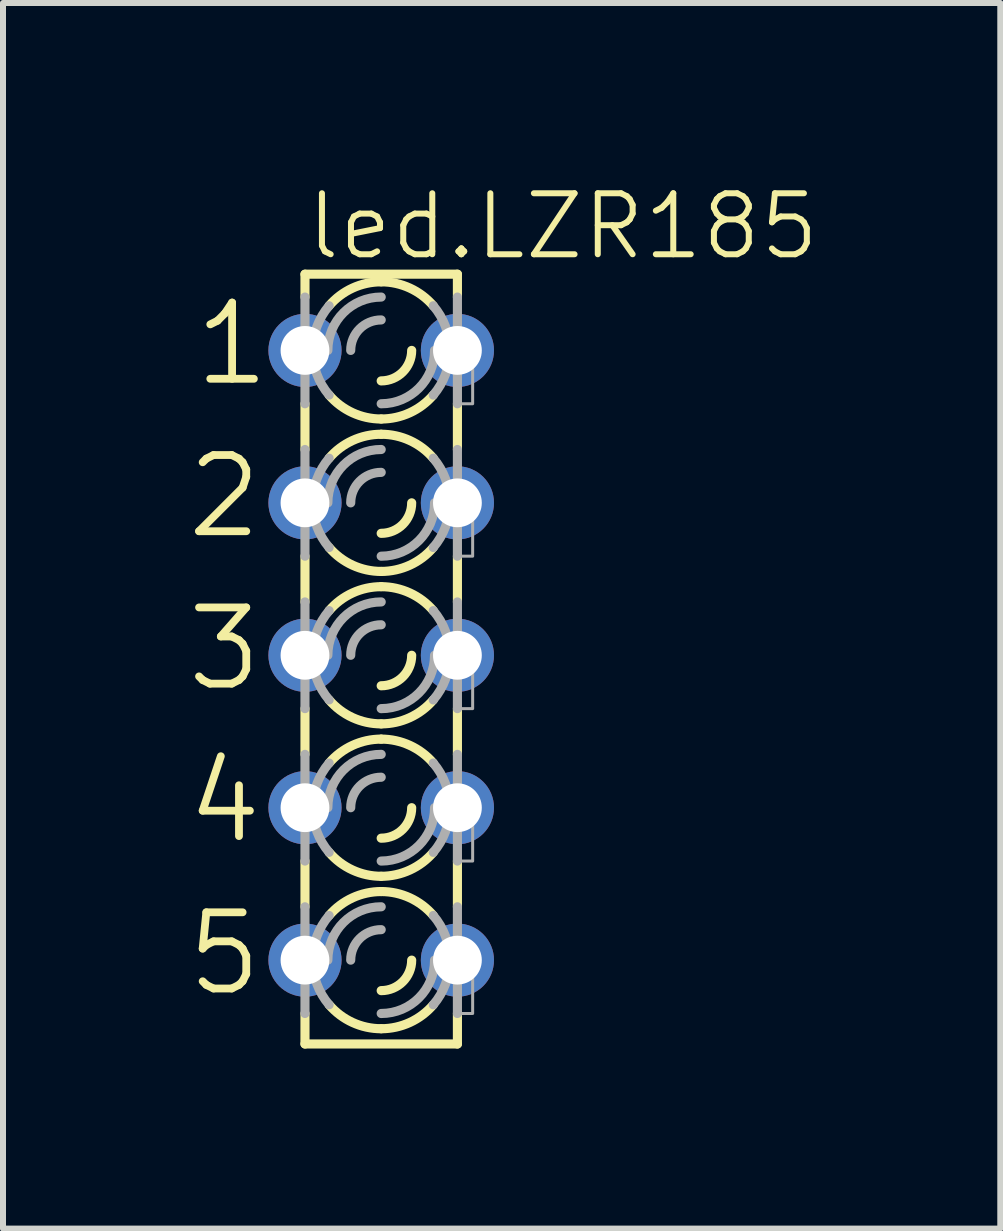
<source format=kicad_pcb>
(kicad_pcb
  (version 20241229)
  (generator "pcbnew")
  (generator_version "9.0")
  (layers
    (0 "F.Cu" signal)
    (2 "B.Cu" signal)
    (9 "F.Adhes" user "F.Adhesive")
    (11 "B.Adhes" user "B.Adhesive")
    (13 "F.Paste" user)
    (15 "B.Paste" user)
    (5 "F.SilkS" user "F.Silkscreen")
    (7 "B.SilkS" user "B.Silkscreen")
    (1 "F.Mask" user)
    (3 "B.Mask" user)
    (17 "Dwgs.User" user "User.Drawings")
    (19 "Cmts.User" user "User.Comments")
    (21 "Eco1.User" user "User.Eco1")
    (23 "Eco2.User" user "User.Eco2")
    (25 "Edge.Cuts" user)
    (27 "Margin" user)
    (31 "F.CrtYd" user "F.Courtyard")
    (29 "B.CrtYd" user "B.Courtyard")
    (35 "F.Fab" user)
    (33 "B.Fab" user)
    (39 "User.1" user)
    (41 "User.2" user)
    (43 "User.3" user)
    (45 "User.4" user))
  (footprint "led.LZR185"
    (layer "F.Cu")
    (at 3.302 7.869)
    (property "Reference" "led.LZR185" (at -1.295 -6.553 0) (layer "F.SilkS") (effects (font (size 1.016 1.016) (thickness 0.1)) (justify left bottom)))
    (attr through_hole)
    (fp_line (start -1.27 -6.35) (end -1.27 -5.969) (stroke (width 0.152) (type default)) (layer "F.SilkS"))
    (fp_line (start -1.27 -4.191) (end -1.27 -3.429) (stroke (width 0.152) (type default)) (layer "F.SilkS"))
    (fp_line (start -1.27 -1.651) (end -1.27 -0.889) (stroke (width 0.152) (type default)) (layer "F.SilkS"))
    (fp_line (start -1.27 0.889) (end -1.27 1.651) (stroke (width 0.152) (type default)) (layer "F.SilkS"))
    (fp_line (start -1.27 3.429) (end -1.27 4.191) (stroke (width 0.152) (type default)) (layer "F.SilkS"))
    (fp_line (start -1.27 6.477) (end -1.27 5.969) (stroke (width 0.152) (type default)) (layer "F.SilkS"))
    (fp_line (start -1.27 6.477) (end 1.27 6.477) (stroke (width 0.152) (type default)) (layer "F.SilkS"))
    (fp_line (start 1.27 -6.35) (end -1.27 -6.35) (stroke (width 0.152) (type default)) (layer "F.SilkS"))
    (fp_line (start 1.27 -6.35) (end 1.27 -5.969) (stroke (width 0.152) (type default)) (layer "F.SilkS"))
    (fp_line (start 1.27 -4.191) (end 1.27 -3.429) (stroke (width 0.152) (type default)) (layer "F.SilkS"))
    (fp_line (start 1.27 -1.651) (end 1.27 -0.889) (stroke (width 0.152) (type default)) (layer "F.SilkS"))
    (fp_line (start 1.27 0.889) (end 1.27 1.651) (stroke (width 0.152) (type default)) (layer "F.SilkS"))
    (fp_line (start 1.27 3.429) (end 1.27 4.191) (stroke (width 0.152) (type default)) (layer "F.SilkS"))
    (fp_line (start 1.27 6.477) (end 1.27 5.969) (stroke (width 0.152) (type default)) (layer "F.SilkS"))
    (fp_arc (start -0.8678 -5.8239) (mid -0.477588 -6.118445) (end 0 -6.223) (stroke (width 0.1524) (type default)) (layer "F.SilkS"))
    (fp_arc (start -0.8678 -3.2839) (mid -0.477588 -3.578445) (end 0 -3.683) (stroke (width 0.1524) (type default)) (layer "F.SilkS"))
    (fp_arc (start -0.8678 -0.7439) (mid -0.477588 -1.038445) (end 0 -1.143) (stroke (width 0.1524) (type default)) (layer "F.SilkS"))
    (fp_arc (start -0.8678 1.7961) (mid -0.477588 1.501555) (end 0 1.397) (stroke (width 0.1524) (type default)) (layer "F.SilkS"))
    (fp_arc (start -0.8678 4.3361) (mid -0.477588 4.041555) (end 0 3.937) (stroke (width 0.1524) (type default)) (layer "F.SilkS"))
    (fp_arc (start 0 -6.223) (mid 0.477588 -6.118445) (end 0.8678 -5.8239) (stroke (width 0.1524) (type default)) (layer "F.SilkS"))
    (fp_arc (start 0 -3.937) (mid -0.477588 -4.041555) (end -0.8678 -4.3361) (stroke (width 0.1524) (type default)) (layer "F.SilkS"))
    (fp_arc (start 0 -3.683) (mid 0.477588 -3.578445) (end 0.8678 -3.2839) (stroke (width 0.1524) (type default)) (layer "F.SilkS"))
    (fp_arc (start 0 -1.397) (mid -0.477588 -1.501555) (end -0.8678 -1.7961) (stroke (width 0.1524) (type default)) (layer "F.SilkS"))
    (fp_arc (start 0 -1.143) (mid 0.477588 -1.038445) (end 0.8678 -0.7439) (stroke (width 0.1524) (type default)) (layer "F.SilkS"))
    (fp_arc (start 0 1.143) (mid -0.477588 1.038445) (end -0.8678 0.7439) (stroke (width 0.1524) (type default)) (layer "F.SilkS"))
    (fp_arc (start 0 1.397) (mid 0.477588 1.501555) (end 0.8678 1.7961) (stroke (width 0.1524) (type default)) (layer "F.SilkS"))
    (fp_arc (start 0 3.683) (mid -0.477588 3.578445) (end -0.8678 3.2839) (stroke (width 0.1524) (type default)) (layer "F.SilkS"))
    (fp_arc (start 0 3.937) (mid 0.477588 4.041555) (end 0.8678 4.3361) (stroke (width 0.1524) (type default)) (layer "F.SilkS"))
    (fp_arc (start 0 6.223) (mid -0.477588 6.118445) (end -0.8678 5.8239) (stroke (width 0.1524) (type default)) (layer "F.SilkS"))
    (fp_arc (start 0.508 -5.08) (mid 0.35921 -4.72079) (end 0 -4.572) (stroke (width 0.1524) (type default)) (layer "F.SilkS"))
    (fp_arc (start 0.508 -2.54) (mid 0.35921 -2.18079) (end 0 -2.032) (stroke (width 0.1524) (type default)) (layer "F.SilkS"))
    (fp_arc (start 0.508 0) (mid 0.35921 0.35921) (end 0 0.508) (stroke (width 0.1524) (type default)) (layer "F.SilkS"))
    (fp_arc (start 0.508 2.54) (mid 0.35921 2.89921) (end 0 3.048) (stroke (width 0.1524) (type default)) (layer "F.SilkS"))
    (fp_arc (start 0.508 5.08) (mid 0.35921 5.43921) (end 0 5.588) (stroke (width 0.1524) (type default)) (layer "F.SilkS"))
    (fp_arc (start 0.8678 -4.3361) (mid 0.477588 -4.041555) (end 0 -3.937) (stroke (width 0.1524) (type default)) (layer "F.SilkS"))
    (fp_arc (start 0.8678 -1.7961) (mid 0.477588 -1.501555) (end 0 -1.397) (stroke (width 0.1524) (type default)) (layer "F.SilkS"))
    (fp_arc (start 0.8678 0.7439) (mid 0.477588 1.038445) (end 0 1.143) (stroke (width 0.1524) (type default)) (layer "F.SilkS"))
    (fp_arc (start 0.8678 3.2839) (mid 0.477588 3.578445) (end 0 3.683) (stroke (width 0.1524) (type default)) (layer "F.SilkS"))
    (fp_arc (start 0.8678 5.8239) (mid 0.477588 6.118445) (end 0 6.223) (stroke (width 0.1524) (type default)) (layer "F.SilkS"))
    (fp_line (start -1.27 -4.191) (end -1.27 -5.969) (stroke (width 0.152) (type default)) (layer "F.Fab"))
    (fp_line (start -1.27 -1.651) (end -1.27 -3.429) (stroke (width 0.152) (type default)) (layer "F.Fab"))
    (fp_line (start -1.27 0.889) (end -1.27 -0.889) (stroke (width 0.152) (type default)) (layer "F.Fab"))
    (fp_line (start -1.27 3.429) (end -1.27 1.651) (stroke (width 0.152) (type default)) (layer "F.Fab"))
    (fp_line (start -1.27 5.969) (end -1.27 4.191) (stroke (width 0.152) (type default)) (layer "F.Fab"))
    (fp_line (start 1.27 -4.191) (end 1.27 -5.969) (stroke (width 0.152) (type default)) (layer "F.Fab"))
    (fp_line (start 1.27 -1.651) (end 1.27 -3.429) (stroke (width 0.152) (type default)) (layer "F.Fab"))
    (fp_line (start 1.27 0.889) (end 1.27 -0.889) (stroke (width 0.152) (type default)) (layer "F.Fab"))
    (fp_line (start 1.27 3.429) (end 1.27 1.651) (stroke (width 0.152) (type default)) (layer "F.Fab"))
    (fp_line (start 1.27 5.969) (end 1.27 4.191) (stroke (width 0.152) (type default)) (layer "F.Fab"))
    (fp_rect (start -1.524 -4.826) (end -1.27 -5.334) (stroke (width 0.05) (type default)) (fill no) (layer "F.Fab"))
    (fp_rect (start -1.524 -2.286) (end -1.27 -2.794) (stroke (width 0.05) (type default)) (fill no) (layer "F.Fab"))
    (fp_rect (start -1.524 0.254) (end -1.27 -0.254) (stroke (width 0.05) (type default)) (fill no) (layer "F.Fab"))
    (fp_rect (start -1.524 2.794) (end -1.27 2.286) (stroke (width 0.05) (type default)) (fill no) (layer "F.Fab"))
    (fp_rect (start -1.524 5.334) (end -1.27 4.826) (stroke (width 0.05) (type default)) (fill no) (layer "F.Fab"))
    (fp_rect (start 1.27 -4.191) (end 1.524 -5.334) (stroke (width 0.05) (type default)) (fill no) (layer "F.Fab"))
    (fp_rect (start 1.27 -1.651) (end 1.524 -2.794) (stroke (width 0.05) (type default)) (fill no) (layer "F.Fab"))
    (fp_rect (start 1.27 0.889) (end 1.524 -0.254) (stroke (width 0.05) (type default)) (fill no) (layer "F.Fab"))
    (fp_rect (start 1.27 3.429) (end 1.524 2.286) (stroke (width 0.05) (type default)) (fill no) (layer "F.Fab"))
    (fp_rect (start 1.27 5.969) (end 1.524 4.826) (stroke (width 0.05) (type default)) (fill no) (layer "F.Fab"))
    (fp_arc (start -1.143 -5.08) (mid -1.071949 -5.476597) (end -0.8677 -5.8239) (stroke (width 0.1524) (type default)) (layer "F.Fab"))
    (fp_arc (start -1.143 -2.54) (mid -1.071949 -2.936597) (end -0.8677 -3.2839) (stroke (width 0.1524) (type default)) (layer "F.Fab"))
    (fp_arc (start -1.143 0) (mid -1.071996 -0.396587) (end -0.8678 -0.7439) (stroke (width 0.1524) (type default)) (layer "F.Fab"))
    (fp_arc (start -1.143 2.54) (mid -1.071996 2.143413) (end -0.8678 1.7961) (stroke (width 0.1524) (type default)) (layer "F.Fab"))
    (fp_arc (start -1.143 5.08) (mid -1.071996 4.683413) (end -0.8678 4.3361) (stroke (width 0.1524) (type default)) (layer "F.Fab"))
    (fp_arc (start -0.889 -5.08) (mid -0.628618 -5.708618) (end 0 -5.969) (stroke (width 0.1524) (type default)) (layer "F.Fab"))
    (fp_arc (start -0.889 -2.54) (mid -0.628618 -3.168618) (end 0 -3.429) (stroke (width 0.1524) (type default)) (layer "F.Fab"))
    (fp_arc (start -0.889 0) (mid -0.628618 -0.628618) (end 0 -0.889) (stroke (width 0.1524) (type default)) (layer "F.Fab"))
    (fp_arc (start -0.889 2.54) (mid -0.628618 1.911382) (end 0 1.651) (stroke (width 0.1524) (type default)) (layer "F.Fab"))
    (fp_arc (start -0.889 5.08) (mid -0.628618 4.451382) (end 0 4.191) (stroke (width 0.1524) (type default)) (layer "F.Fab"))
    (fp_arc (start -0.8678 -4.3361) (mid -1.071996 -4.683413) (end -1.143 -5.08) (stroke (width 0.1524) (type default)) (layer "F.Fab"))
    (fp_arc (start -0.8678 -1.7961) (mid -1.071996 -2.143413) (end -1.143 -2.54) (stroke (width 0.1524) (type default)) (layer "F.Fab"))
    (fp_arc (start -0.8678 0.7439) (mid -1.071996 0.396587) (end -1.143 0) (stroke (width 0.1524) (type default)) (layer "F.Fab"))
    (fp_arc (start -0.8677 3.2839) (mid -1.071949 2.936597) (end -1.143 2.54) (stroke (width 0.1524) (type default)) (layer "F.Fab"))
    (fp_arc (start -0.8677 5.8239) (mid -1.071949 5.476597) (end -1.143 5.08) (stroke (width 0.1524) (type default)) (layer "F.Fab"))
    (fp_arc (start -0.508 -5.08) (mid -0.35921 -5.43921) (end 0 -5.588) (stroke (width 0.1524) (type default)) (layer "F.Fab"))
    (fp_arc (start -0.508 -2.54) (mid -0.35921 -2.89921) (end 0 -3.048) (stroke (width 0.1524) (type default)) (layer "F.Fab"))
    (fp_arc (start -0.508 0) (mid -0.35921 -0.35921) (end 0 -0.508) (stroke (width 0.1524) (type default)) (layer "F.Fab"))
    (fp_arc (start -0.508 2.54) (mid -0.35921 2.18079) (end 0 2.032) (stroke (width 0.1524) (type default)) (layer "F.Fab"))
    (fp_arc (start -0.508 5.08) (mid -0.35921 4.72079) (end 0 4.572) (stroke (width 0.1524) (type default)) (layer "F.Fab"))
    (fp_arc (start 0.8678 -5.8239) (mid 1.072043 -5.476595) (end 1.1431 -5.08) (stroke (width 0.1524) (type default)) (layer "F.Fab"))
    (fp_arc (start 0.8678 -3.2839) (mid 1.072043 -2.936595) (end 1.1431 -2.54) (stroke (width 0.1524) (type default)) (layer "F.Fab"))
    (fp_arc (start 0.8678 -0.7439) (mid 1.071996 -0.396587) (end 1.143 0) (stroke (width 0.1524) (type default)) (layer "F.Fab"))
    (fp_arc (start 0.8678 1.7961) (mid 1.071949 2.143421) (end 1.1429 2.54) (stroke (width 0.1524) (type default)) (layer "F.Fab"))
    (fp_arc (start 0.8678 4.3361) (mid 1.071949 4.683421) (end 1.1429 5.08) (stroke (width 0.1524) (type default)) (layer "F.Fab"))
    (fp_arc (start 0.889 -5.08) (mid 0.628618 -4.451382) (end 0 -4.191) (stroke (width 0.1524) (type default)) (layer "F.Fab"))
    (fp_arc (start 0.889 -2.54) (mid 0.628618 -1.911382) (end 0 -1.651) (stroke (width 0.1524) (type default)) (layer "F.Fab"))
    (fp_arc (start 0.889 0) (mid 0.628618 0.628618) (end 0 0.889) (stroke (width 0.1524) (type default)) (layer "F.Fab"))
    (fp_arc (start 0.889 2.54) (mid 0.628618 3.168618) (end 0 3.429) (stroke (width 0.1524) (type default)) (layer "F.Fab"))
    (fp_arc (start 0.889 5.08) (mid 0.628618 5.708618) (end 0 5.969) (stroke (width 0.1524) (type default)) (layer "F.Fab"))
    (fp_arc (start 1.1429 -5.08) (mid 1.071949 -4.683421) (end 0.8678 -4.3361) (stroke (width 0.1524) (type default)) (layer "F.Fab"))
    (fp_arc (start 1.1429 -2.54) (mid 1.071949 -2.143421) (end 0.8678 -1.7961) (stroke (width 0.1524) (type default)) (layer "F.Fab"))
    (fp_arc (start 1.143 0) (mid 1.071996 0.396587) (end 0.8678 0.7439) (stroke (width 0.1524) (type default)) (layer "F.Fab"))
    (fp_arc (start 1.1431 2.54) (mid 1.072043 2.936595) (end 0.8678 3.2839) (stroke (width 0.1524) (type default)) (layer "F.Fab"))
    (fp_arc (start 1.1431 5.08) (mid 1.072043 5.476595) (end 0.8678 5.8239) (stroke (width 0.1524) (type default)) (layer "F.Fab"))
    (fp_text user "4" (at -3.302 3.175 0) (layer "F.SilkS") (effects (font (size 1.27 1.27) (thickness 0.13)) (justify left bottom)))
    (fp_text user "2" (at -3.302 -1.905 0) (layer "F.SilkS") (effects (font (size 1.27 1.27) (thickness 0.13)) (justify left bottom)))
    (fp_text user "1" (at -3.175 -4.445 0) (layer "F.SilkS") (effects (font (size 1.27 1.27) (thickness 0.13)) (justify left bottom)))
    (fp_text user "5" (at -3.302 5.715 0) (layer "F.SilkS") (effects (font (size 1.27 1.27) (thickness 0.13)) (justify left bottom)))
    (fp_text user "3" (at -3.302 0.635 0) (layer "F.SilkS") (effects (font (size 1.27 1.27) (thickness 0.13)) (justify left bottom)))
    (pad "A1" thru_hole circle (at -1.27 -5.08) (size 1.219 1.219) (drill 0.813) (layers "*.Cu" "*.Mask"))
    (pad "A2" thru_hole circle (at -1.27 -2.54) (size 1.219 1.219) (drill 0.813) (layers "*.Cu" "*.Mask"))
    (pad "A3" thru_hole circle (at -1.27 0) (size 1.219 1.219) (drill 0.813) (layers "*.Cu" "*.Mask"))
    (pad "A4" thru_hole circle (at -1.27 2.54) (size 1.219 1.219) (drill 0.813) (layers "*.Cu" "*.Mask"))
    (pad "A5" thru_hole circle (at -1.27 5.08) (size 1.219 1.219) (drill 0.813) (layers "*.Cu" "*.Mask"))
    (pad "K1" thru_hole circle (at 1.27 -5.08) (size 1.219 1.219) (drill 0.813) (layers "*.Cu" "*.Mask"))
    (pad "K2" thru_hole circle (at 1.27 -2.54) (size 1.219 1.219) (drill 0.813) (layers "*.Cu" "*.Mask"))
    (pad "K3" thru_hole circle (at 1.27 0) (size 1.219 1.219) (drill 0.813) (layers "*.Cu" "*.Mask"))
    (pad "K4" thru_hole circle (at 1.27 2.54) (size 1.219 1.219) (drill 0.813) (layers "*.Cu" "*.Mask"))
    (pad "K5" thru_hole circle (at 1.27 5.08) (size 1.219 1.219) (drill 0.813) (layers "*.Cu" "*.Mask")))
  (gr_rect
    (start -3 -3)
    (end 13.618 17.422)
    (stroke (width 0.1) (type default))
    (fill no)
    (layer "Edge.Cuts")))
</source>
